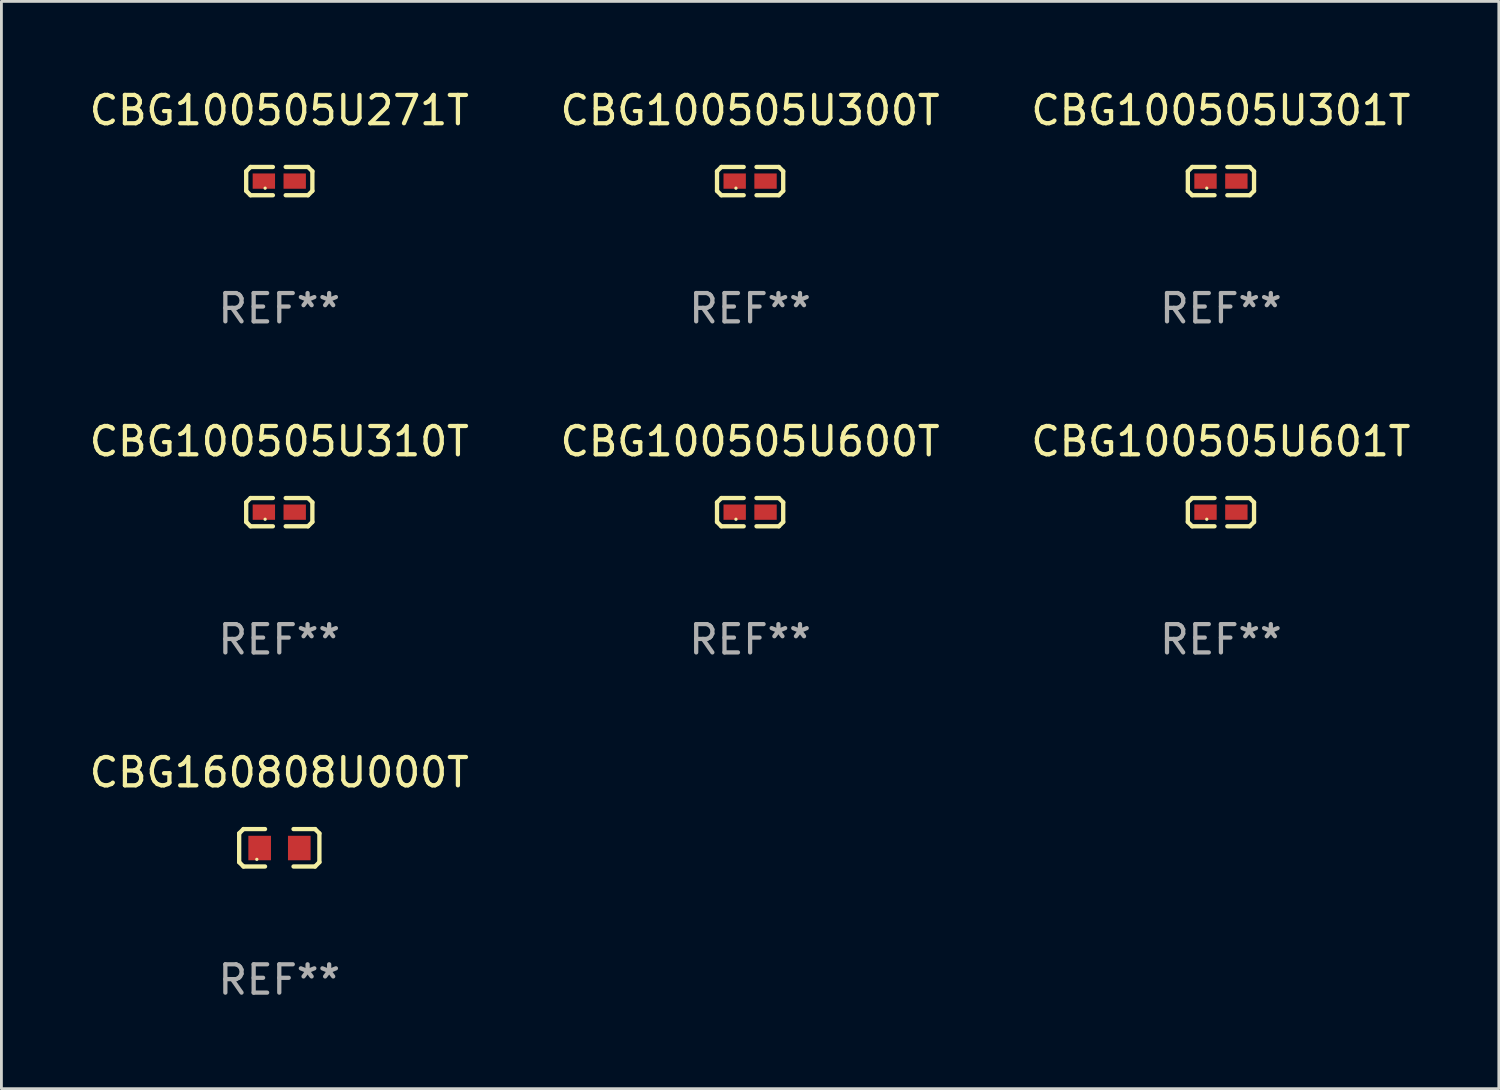
<source format=kicad_pcb>
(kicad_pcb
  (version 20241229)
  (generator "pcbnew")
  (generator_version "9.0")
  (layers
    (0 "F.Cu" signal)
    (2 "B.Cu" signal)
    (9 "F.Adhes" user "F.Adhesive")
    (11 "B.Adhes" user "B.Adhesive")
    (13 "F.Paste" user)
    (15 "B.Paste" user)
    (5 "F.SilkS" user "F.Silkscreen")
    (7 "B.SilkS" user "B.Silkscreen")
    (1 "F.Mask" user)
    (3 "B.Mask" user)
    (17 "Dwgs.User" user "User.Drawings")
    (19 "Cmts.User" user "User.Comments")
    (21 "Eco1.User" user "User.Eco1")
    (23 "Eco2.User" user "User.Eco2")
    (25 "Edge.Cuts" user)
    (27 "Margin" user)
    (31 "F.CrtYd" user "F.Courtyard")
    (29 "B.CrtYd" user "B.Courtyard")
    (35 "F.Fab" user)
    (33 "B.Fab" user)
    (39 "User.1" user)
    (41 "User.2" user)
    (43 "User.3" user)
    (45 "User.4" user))
  (footprint "CBG100505U271T"
    (layer "F.Cu")
    (at 6.815 3.347)
    (property "Reference" "CBG100505U271T" (at 0 -2.499 0) (layer "F.SilkS") (effects (font (size 1 1) (thickness 0.15))))
    (attr through_hole)
    (fp_line (start -1.169 -0.346) (end -1.016 -0.499) (stroke (width 0.152) (type solid)) (layer "F.SilkS"))
    (fp_line (start -1.169 0.346) (end -1.169 -0.346) (stroke (width 0.152) (type solid)) (layer "F.SilkS"))
    (fp_line (start -1.016 -0.499) (end -0.226 -0.499) (stroke (width 0.152) (type solid)) (layer "F.SilkS"))
    (fp_line (start -1.016 0.499) (end -1.169 0.346) (stroke (width 0.152) (type solid)) (layer "F.SilkS"))
    (fp_line (start -0.226 0.499) (end -1.016 0.499) (stroke (width 0.152) (type solid)) (layer "F.SilkS"))
    (fp_line (start 0.226 0.499) (end 1.016 0.499) (stroke (width 0.152) (type solid)) (layer "F.SilkS"))
    (fp_line (start 1.016 -0.499) (end 0.226 -0.499) (stroke (width 0.152) (type solid)) (layer "F.SilkS"))
    (fp_line (start 1.016 0.499) (end 1.169 0.346) (stroke (width 0.152) (type solid)) (layer "F.SilkS"))
    (fp_line (start 1.169 -0.346) (end 1.016 -0.499) (stroke (width 0.152) (type solid)) (layer "F.SilkS"))
    (fp_line (start 1.169 0.346) (end 1.169 -0.346) (stroke (width 0.152) (type solid)) (layer "F.SilkS"))
    (fp_circle (center -0.5 0.25) (end -0.47 0.25) (stroke (width 0.06) (type solid)) (fill no) (layer "F.SilkS"))
    (fp_text user "REF**" (at 0 4.499 0) (layer "F.Fab") (effects (font (size 1 1) (thickness 0.15))))
    (pad "1" smd rect (at -0.545 0) (size 0.79 0.54) (layers "F.Cu" "F.Mask" "F.Paste"))
    (pad "2" smd rect (at 0.545 0) (size 0.79 0.54) (layers "F.Cu" "F.Mask" "F.Paste")))
  (footprint "CBG100505U301T"
    (layer "F.Cu")
    (at 40.077 3.347)
    (property "Reference" "CBG100505U301T" (at 0 -2.499 0) (layer "F.SilkS") (effects (font (size 1 1) (thickness 0.15))))
    (attr through_hole)
    (fp_line (start -1.169 -0.346) (end -1.016 -0.499) (stroke (width 0.152) (type solid)) (layer "F.SilkS"))
    (fp_line (start -1.169 0.346) (end -1.169 -0.346) (stroke (width 0.152) (type solid)) (layer "F.SilkS"))
    (fp_line (start -1.016 -0.499) (end -0.226 -0.499) (stroke (width 0.152) (type solid)) (layer "F.SilkS"))
    (fp_line (start -1.016 0.499) (end -1.169 0.346) (stroke (width 0.152) (type solid)) (layer "F.SilkS"))
    (fp_line (start -0.226 0.499) (end -1.016 0.499) (stroke (width 0.152) (type solid)) (layer "F.SilkS"))
    (fp_line (start 0.226 0.499) (end 1.016 0.499) (stroke (width 0.152) (type solid)) (layer "F.SilkS"))
    (fp_line (start 1.016 -0.499) (end 0.226 -0.499) (stroke (width 0.152) (type solid)) (layer "F.SilkS"))
    (fp_line (start 1.016 0.499) (end 1.169 0.346) (stroke (width 0.152) (type solid)) (layer "F.SilkS"))
    (fp_line (start 1.169 -0.346) (end 1.016 -0.499) (stroke (width 0.152) (type solid)) (layer "F.SilkS"))
    (fp_line (start 1.169 0.346) (end 1.169 -0.346) (stroke (width 0.152) (type solid)) (layer "F.SilkS"))
    (fp_circle (center -0.5 0.25) (end -0.47 0.25) (stroke (width 0.06) (type solid)) (fill no) (layer "F.SilkS"))
    (fp_text user "REF**" (at 0 4.499 0) (layer "F.Fab") (effects (font (size 1 1) (thickness 0.15))))
    (pad "1" smd rect (at -0.545 0) (size 0.79 0.54) (layers "F.Cu" "F.Mask" "F.Paste"))
    (pad "2" smd rect (at 0.545 0) (size 0.79 0.54) (layers "F.Cu" "F.Mask" "F.Paste")))
  (footprint "CBG100505U300T"
    (layer "F.Cu")
    (at 23.446 3.347)
    (property "Reference" "CBG100505U300T" (at 0 -2.499 0) (layer "F.SilkS") (effects (font (size 1 1) (thickness 0.15))))
    (attr through_hole)
    (fp_line (start -1.169 -0.346) (end -1.016 -0.499) (stroke (width 0.152) (type solid)) (layer "F.SilkS"))
    (fp_line (start -1.169 0.346) (end -1.169 -0.346) (stroke (width 0.152) (type solid)) (layer "F.SilkS"))
    (fp_line (start -1.016 -0.499) (end -0.226 -0.499) (stroke (width 0.152) (type solid)) (layer "F.SilkS"))
    (fp_line (start -1.016 0.499) (end -1.169 0.346) (stroke (width 0.152) (type solid)) (layer "F.SilkS"))
    (fp_line (start -0.226 0.499) (end -1.016 0.499) (stroke (width 0.152) (type solid)) (layer "F.SilkS"))
    (fp_line (start 0.226 0.499) (end 1.016 0.499) (stroke (width 0.152) (type solid)) (layer "F.SilkS"))
    (fp_line (start 1.016 -0.499) (end 0.226 -0.499) (stroke (width 0.152) (type solid)) (layer "F.SilkS"))
    (fp_line (start 1.016 0.499) (end 1.169 0.346) (stroke (width 0.152) (type solid)) (layer "F.SilkS"))
    (fp_line (start 1.169 -0.346) (end 1.016 -0.499) (stroke (width 0.152) (type solid)) (layer "F.SilkS"))
    (fp_line (start 1.169 0.346) (end 1.169 -0.346) (stroke (width 0.152) (type solid)) (layer "F.SilkS"))
    (fp_circle (center -0.5 0.25) (end -0.47 0.25) (stroke (width 0.06) (type solid)) (fill no) (layer "F.SilkS"))
    (fp_text user "REF**" (at 0 4.499 0) (layer "F.Fab") (effects (font (size 1 1) (thickness 0.15))))
    (pad "1" smd rect (at -0.545 0) (size 0.79 0.54) (layers "F.Cu" "F.Mask" "F.Paste"))
    (pad "2" smd rect (at 0.545 0) (size 0.79 0.54) (layers "F.Cu" "F.Mask" "F.Paste")))
  (footprint "CBG100505U601T"
    (layer "F.Cu")
    (at 40.077 15.041)
    (property "Reference" "CBG100505U601T" (at 0 -2.499 0) (layer "F.SilkS") (effects (font (size 1 1) (thickness 0.15))))
    (attr through_hole)
    (fp_line (start -1.169 -0.346) (end -1.016 -0.499) (stroke (width 0.152) (type solid)) (layer "F.SilkS"))
    (fp_line (start -1.169 0.346) (end -1.169 -0.346) (stroke (width 0.152) (type solid)) (layer "F.SilkS"))
    (fp_line (start -1.016 -0.499) (end -0.226 -0.499) (stroke (width 0.152) (type solid)) (layer "F.SilkS"))
    (fp_line (start -1.016 0.499) (end -1.169 0.346) (stroke (width 0.152) (type solid)) (layer "F.SilkS"))
    (fp_line (start -0.226 0.499) (end -1.016 0.499) (stroke (width 0.152) (type solid)) (layer "F.SilkS"))
    (fp_line (start 0.226 0.499) (end 1.016 0.499) (stroke (width 0.152) (type solid)) (layer "F.SilkS"))
    (fp_line (start 1.016 -0.499) (end 0.226 -0.499) (stroke (width 0.152) (type solid)) (layer "F.SilkS"))
    (fp_line (start 1.016 0.499) (end 1.169 0.346) (stroke (width 0.152) (type solid)) (layer "F.SilkS"))
    (fp_line (start 1.169 -0.346) (end 1.016 -0.499) (stroke (width 0.152) (type solid)) (layer "F.SilkS"))
    (fp_line (start 1.169 0.346) (end 1.169 -0.346) (stroke (width 0.152) (type solid)) (layer "F.SilkS"))
    (fp_circle (center -0.5 0.25) (end -0.47 0.25) (stroke (width 0.06) (type solid)) (fill no) (layer "F.SilkS"))
    (fp_text user "REF**" (at 0 4.499 0) (layer "F.Fab") (effects (font (size 1 1) (thickness 0.15))))
    (pad "1" smd rect (at -0.545 0) (size 0.79 0.54) (layers "F.Cu" "F.Mask" "F.Paste"))
    (pad "2" smd rect (at 0.545 0) (size 0.79 0.54) (layers "F.Cu" "F.Mask" "F.Paste")))
  (footprint "CBG160808U000T"
    (layer "F.Cu")
    (at 6.815 26.896)
    (property "Reference" "CBG160808U000T" (at 0 -2.661 0) (layer "F.SilkS") (effects (font (size 1 1) (thickness 0.15))))
    (attr through_hole)
    (fp_line (start -1.417 -0.508) (end -1.265 -0.661) (stroke (width 0.152) (type solid)) (layer "F.SilkS"))
    (fp_line (start -1.417 0.508) (end -1.417 -0.508) (stroke (width 0.152) (type solid)) (layer "F.SilkS"))
    (fp_line (start -1.265 -0.661) (end -0.503 -0.661) (stroke (width 0.152) (type solid)) (layer "F.SilkS"))
    (fp_line (start -1.265 0.661) (end -1.417 0.508) (stroke (width 0.152) (type solid)) (layer "F.SilkS"))
    (fp_line (start -1.265 0.661) (end -0.503 0.661) (stroke (width 0.152) (type solid)) (layer "F.SilkS"))
    (fp_line (start 1.265 -0.661) (end 0.503 -0.661) (stroke (width 0.152) (type solid)) (layer "F.SilkS"))
    (fp_line (start 1.265 -0.661) (end 1.417 -0.508) (stroke (width 0.152) (type solid)) (layer "F.SilkS"))
    (fp_line (start 1.265 0.661) (end 0.503 0.661) (stroke (width 0.152) (type solid)) (layer "F.SilkS"))
    (fp_line (start 1.417 -0.508) (end 1.417 0.508) (stroke (width 0.152) (type solid)) (layer "F.SilkS"))
    (fp_line (start 1.417 0.508) (end 1.265 0.661) (stroke (width 0.152) (type solid)) (layer "F.SilkS"))
    (fp_circle (center -0.793 0.409) (end -0.763 0.409) (stroke (width 0.06) (type solid)) (fill no) (layer "F.SilkS"))
    (fp_text user "REF**" (at 0 4.661 0) (layer "F.Fab") (effects (font (size 1 1) (thickness 0.15))))
    (pad "1" smd rect (at -0.693 0.009 180) (size 0.8 0.864) (layers "F.Cu" "F.Mask" "F.Paste"))
    (pad "2" smd rect (at 0.707 0.009 180) (size 0.8 0.864) (layers "F.Cu" "F.Mask" "F.Paste")))
  (footprint "CBG100505U600T"
    (layer "F.Cu")
    (at 23.446 15.041)
    (property "Reference" "CBG100505U600T" (at 0 -2.499 0) (layer "F.SilkS") (effects (font (size 1 1) (thickness 0.15))))
    (attr through_hole)
    (fp_line (start -1.169 -0.346) (end -1.016 -0.499) (stroke (width 0.152) (type solid)) (layer "F.SilkS"))
    (fp_line (start -1.169 0.346) (end -1.169 -0.346) (stroke (width 0.152) (type solid)) (layer "F.SilkS"))
    (fp_line (start -1.016 -0.499) (end -0.226 -0.499) (stroke (width 0.152) (type solid)) (layer "F.SilkS"))
    (fp_line (start -1.016 0.499) (end -1.169 0.346) (stroke (width 0.152) (type solid)) (layer "F.SilkS"))
    (fp_line (start -0.226 0.499) (end -1.016 0.499) (stroke (width 0.152) (type solid)) (layer "F.SilkS"))
    (fp_line (start 0.226 0.499) (end 1.016 0.499) (stroke (width 0.152) (type solid)) (layer "F.SilkS"))
    (fp_line (start 1.016 -0.499) (end 0.226 -0.499) (stroke (width 0.152) (type solid)) (layer "F.SilkS"))
    (fp_line (start 1.016 0.499) (end 1.169 0.346) (stroke (width 0.152) (type solid)) (layer "F.SilkS"))
    (fp_line (start 1.169 -0.346) (end 1.016 -0.499) (stroke (width 0.152) (type solid)) (layer "F.SilkS"))
    (fp_line (start 1.169 0.346) (end 1.169 -0.346) (stroke (width 0.152) (type solid)) (layer "F.SilkS"))
    (fp_circle (center -0.5 0.25) (end -0.47 0.25) (stroke (width 0.06) (type solid)) (fill no) (layer "F.SilkS"))
    (fp_text user "REF**" (at 0 4.499 0) (layer "F.Fab") (effects (font (size 1 1) (thickness 0.15))))
    (pad "1" smd rect (at -0.545 0) (size 0.79 0.54) (layers "F.Cu" "F.Mask" "F.Paste"))
    (pad "2" smd rect (at 0.545 0) (size 0.79 0.54) (layers "F.Cu" "F.Mask" "F.Paste")))
  (footprint "CBG100505U310T"
    (layer "F.Cu")
    (at 6.815 15.041)
    (property "Reference" "CBG100505U310T" (at 0 -2.499 0) (layer "F.SilkS") (effects (font (size 1 1) (thickness 0.15))))
    (attr through_hole)
    (fp_line (start -1.169 -0.346) (end -1.016 -0.499) (stroke (width 0.152) (type solid)) (layer "F.SilkS"))
    (fp_line (start -1.169 0.346) (end -1.169 -0.346) (stroke (width 0.152) (type solid)) (layer "F.SilkS"))
    (fp_line (start -1.016 -0.499) (end -0.226 -0.499) (stroke (width 0.152) (type solid)) (layer "F.SilkS"))
    (fp_line (start -1.016 0.499) (end -1.169 0.346) (stroke (width 0.152) (type solid)) (layer "F.SilkS"))
    (fp_line (start -0.226 0.499) (end -1.016 0.499) (stroke (width 0.152) (type solid)) (layer "F.SilkS"))
    (fp_line (start 0.226 0.499) (end 1.016 0.499) (stroke (width 0.152) (type solid)) (layer "F.SilkS"))
    (fp_line (start 1.016 -0.499) (end 0.226 -0.499) (stroke (width 0.152) (type solid)) (layer "F.SilkS"))
    (fp_line (start 1.016 0.499) (end 1.169 0.346) (stroke (width 0.152) (type solid)) (layer "F.SilkS"))
    (fp_line (start 1.169 -0.346) (end 1.016 -0.499) (stroke (width 0.152) (type solid)) (layer "F.SilkS"))
    (fp_line (start 1.169 0.346) (end 1.169 -0.346) (stroke (width 0.152) (type solid)) (layer "F.SilkS"))
    (fp_circle (center -0.5 0.25) (end -0.47 0.25) (stroke (width 0.06) (type solid)) (fill no) (layer "F.SilkS"))
    (fp_text user "REF**" (at 0 4.499 0) (layer "F.Fab") (effects (font (size 1 1) (thickness 0.15))))
    (pad "1" smd rect (at -0.545 0) (size 0.79 0.54) (layers "F.Cu" "F.Mask" "F.Paste"))
    (pad "2" smd rect (at 0.545 0) (size 0.79 0.54) (layers "F.Cu" "F.Mask" "F.Paste")))
  (gr_rect
    (start -3 -3)
    (end 49.893 35.405)
    (stroke (width 0.1) (type default))
    (fill no)
    (layer "Edge.Cuts")))
</source>
